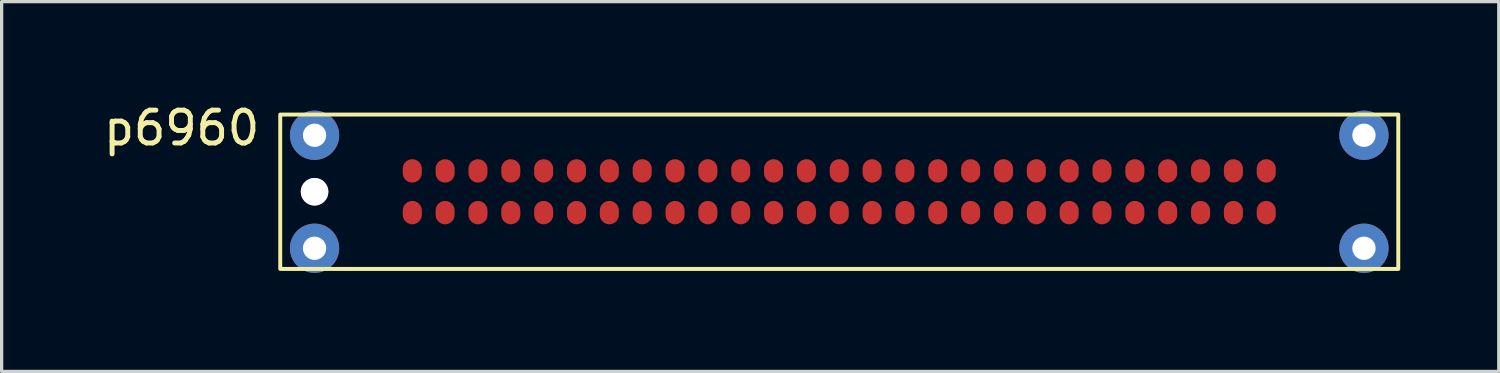
<source format=kicad_pcb>
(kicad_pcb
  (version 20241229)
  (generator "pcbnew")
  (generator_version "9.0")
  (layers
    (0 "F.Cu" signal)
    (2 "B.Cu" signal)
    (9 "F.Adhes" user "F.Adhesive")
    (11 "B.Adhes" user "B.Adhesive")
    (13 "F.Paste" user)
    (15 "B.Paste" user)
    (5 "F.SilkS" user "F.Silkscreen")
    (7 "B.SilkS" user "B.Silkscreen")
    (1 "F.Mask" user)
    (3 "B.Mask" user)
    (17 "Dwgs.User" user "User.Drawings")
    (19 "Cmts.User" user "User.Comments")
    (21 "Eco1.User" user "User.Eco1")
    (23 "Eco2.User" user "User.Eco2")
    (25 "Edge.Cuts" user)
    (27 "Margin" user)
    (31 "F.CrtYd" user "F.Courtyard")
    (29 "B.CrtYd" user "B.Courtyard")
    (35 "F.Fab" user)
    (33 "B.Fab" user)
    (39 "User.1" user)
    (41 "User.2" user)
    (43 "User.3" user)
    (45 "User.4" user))
  (footprint "p6960"
    (layer "F.Cu")
    (at 5.482 0.438)
    (property "Reference" "p6960" (at -3 0.41 0) (unlocked yes) (layer "F.SilkS") (effects (font (size 1 1) (thickness 0.15))))
    (fp_rect (start 0 0) (end 34.04 4.7) (stroke (width 0.12) (type default)) (fill no) (layer "F.SilkS"))
    (pad "1" smd oval (at 4.02 1.715) (size 0.58 0.71) (property pad_prop_bga) (layers "F.Cu" "F.Mask" "F.Paste"))
    (pad "2" smd oval (at 5.02 1.715) (size 0.58 0.71) (property pad_prop_bga) (layers "F.Cu" "F.Mask" "F.Paste"))
    (pad "3" smd oval (at 6.02 1.715) (size 0.58 0.71) (property pad_prop_bga) (layers "F.Cu" "F.Mask" "F.Paste"))
    (pad "4" smd oval (at 7.02 1.715) (size 0.58 0.71) (property pad_prop_bga) (layers "F.Cu" "F.Mask" "F.Paste"))
    (pad "5" smd oval (at 8.02 1.715) (size 0.58 0.71) (property pad_prop_bga) (layers "F.Cu" "F.Mask" "F.Paste"))
    (pad "6" smd oval (at 9.02 1.715) (size 0.58 0.71) (property pad_prop_bga) (layers "F.Cu" "F.Mask" "F.Paste"))
    (pad "7" smd oval (at 10.02 1.715) (size 0.58 0.71) (property pad_prop_bga) (layers "F.Cu" "F.Mask" "F.Paste"))
    (pad "8" smd oval (at 11.02 1.715) (size 0.58 0.71) (property pad_prop_bga) (layers "F.Cu" "F.Mask" "F.Paste"))
    (pad "9" smd oval (at 12.02 1.715) (size 0.58 0.71) (property pad_prop_bga) (layers "F.Cu" "F.Mask" "F.Paste"))
    (pad "10" smd oval (at 13.02 1.715) (size 0.58 0.71) (property pad_prop_bga) (layers "F.Cu" "F.Mask" "F.Paste"))
    (pad "11" smd oval (at 14.02 1.715) (size 0.58 0.71) (property pad_prop_bga) (layers "F.Cu" "F.Mask" "F.Paste"))
    (pad "12" smd oval (at 15.02 1.715) (size 0.58 0.71) (property pad_prop_bga) (layers "F.Cu" "F.Mask" "F.Paste"))
    (pad "13" smd oval (at 16.02 1.715) (size 0.58 0.71) (property pad_prop_bga) (layers "F.Cu" "F.Mask" "F.Paste"))
    (pad "14" smd oval (at 17.02 1.715) (size 0.58 0.71) (property pad_prop_bga) (layers "F.Cu" "F.Mask" "F.Paste"))
    (pad "15" smd oval (at 18.02 1.715) (size 0.58 0.71) (property pad_prop_bga) (layers "F.Cu" "F.Mask" "F.Paste"))
    (pad "16" smd oval (at 19.02 1.715) (size 0.58 0.71) (property pad_prop_bga) (layers "F.Cu" "F.Mask" "F.Paste"))
    (pad "17" smd oval (at 20.02 1.715) (size 0.58 0.71) (property pad_prop_bga) (layers "F.Cu" "F.Mask" "F.Paste"))
    (pad "18" smd oval (at 21.02 1.715) (size 0.58 0.71) (property pad_prop_bga) (layers "F.Cu" "F.Mask" "F.Paste"))
    (pad "19" smd oval (at 22.02 1.715) (size 0.58 0.71) (property pad_prop_bga) (layers "F.Cu" "F.Mask" "F.Paste"))
    (pad "20" smd oval (at 23.02 1.715) (size 0.58 0.71) (property pad_prop_bga) (layers "F.Cu" "F.Mask" "F.Paste"))
    (pad "21" smd oval (at 24.02 1.715) (size 0.58 0.71) (property pad_prop_bga) (layers "F.Cu" "F.Mask" "F.Paste"))
    (pad "22" smd oval (at 25.02 1.715) (size 0.58 0.71) (property pad_prop_bga) (layers "F.Cu" "F.Mask" "F.Paste"))
    (pad "23" smd oval (at 26.02 1.715) (size 0.58 0.71) (property pad_prop_bga) (layers "F.Cu" "F.Mask" "F.Paste"))
    (pad "24" smd oval (at 27.02 1.715) (size 0.58 0.71) (property pad_prop_bga) (layers "F.Cu" "F.Mask" "F.Paste"))
    (pad "25" smd oval (at 28.02 1.715) (size 0.58 0.71) (property pad_prop_bga) (layers "F.Cu" "F.Mask" "F.Paste"))
    (pad "26" smd oval (at 29.02 1.715) (size 0.58 0.71) (property pad_prop_bga) (layers "F.Cu" "F.Mask" "F.Paste"))
    (pad "27" smd oval (at 30.02 1.715) (size 0.58 0.71) (property pad_prop_bga) (layers "F.Cu" "F.Mask" "F.Paste"))
    (pad "28" smd oval (at 4.02 2.985) (size 0.58 0.71) (property pad_prop_bga) (layers "F.Cu" "F.Mask" "F.Paste"))
    (pad "29" smd oval (at 5.02 2.985) (size 0.58 0.71) (property pad_prop_bga) (layers "F.Cu" "F.Mask" "F.Paste"))
    (pad "30" smd oval (at 6.02 2.985) (size 0.58 0.71) (property pad_prop_bga) (layers "F.Cu" "F.Mask" "F.Paste"))
    (pad "31" smd oval (at 7.02 2.985) (size 0.58 0.71) (property pad_prop_bga) (layers "F.Cu" "F.Mask" "F.Paste"))
    (pad "32" smd oval (at 8.02 2.985) (size 0.58 0.71) (property pad_prop_bga) (layers "F.Cu" "F.Mask" "F.Paste"))
    (pad "33" smd oval (at 9.02 2.985) (size 0.58 0.71) (property pad_prop_bga) (layers "F.Cu" "F.Mask" "F.Paste"))
    (pad "34" smd oval (at 10.02 2.985) (size 0.58 0.71) (property pad_prop_bga) (layers "F.Cu" "F.Mask" "F.Paste"))
    (pad "35" smd oval (at 11.02 2.985) (size 0.58 0.71) (property pad_prop_bga) (layers "F.Cu" "F.Mask" "F.Paste"))
    (pad "36" smd oval (at 12.02 2.985) (size 0.58 0.71) (property pad_prop_bga) (layers "F.Cu" "F.Mask" "F.Paste"))
    (pad "37" smd oval (at 13.02 2.985) (size 0.58 0.71) (property pad_prop_bga) (layers "F.Cu" "F.Mask" "F.Paste"))
    (pad "38" smd oval (at 14.02 2.985) (size 0.58 0.71) (property pad_prop_bga) (layers "F.Cu" "F.Mask" "F.Paste"))
    (pad "39" smd oval (at 15.02 2.985) (size 0.58 0.71) (property pad_prop_bga) (layers "F.Cu" "F.Mask" "F.Paste"))
    (pad "40" smd oval (at 16.02 2.985) (size 0.58 0.71) (property pad_prop_bga) (layers "F.Cu" "F.Mask" "F.Paste"))
    (pad "41" smd oval (at 17.02 2.985) (size 0.58 0.71) (property pad_prop_bga) (layers "F.Cu" "F.Mask" "F.Paste"))
    (pad "42" smd oval (at 18.02 2.985) (size 0.58 0.71) (property pad_prop_bga) (layers "F.Cu" "F.Mask" "F.Paste"))
    (pad "43" smd oval (at 19.02 2.985) (size 0.58 0.71) (property pad_prop_bga) (layers "F.Cu" "F.Mask" "F.Paste"))
    (pad "44" smd oval (at 20.02 2.985) (size 0.58 0.71) (property pad_prop_bga) (layers "F.Cu" "F.Mask" "F.Paste"))
    (pad "45" smd oval (at 21.02 2.985) (size 0.58 0.71) (property pad_prop_bga) (layers "F.Cu" "F.Mask" "F.Paste"))
    (pad "46" smd oval (at 22.02 2.985) (size 0.58 0.71) (property pad_prop_bga) (layers "F.Cu" "F.Mask" "F.Paste"))
    (pad "47" smd oval (at 23.02 2.985) (size 0.58 0.71) (property pad_prop_bga) (layers "F.Cu" "F.Mask" "F.Paste"))
    (pad "48" smd oval (at 24.02 2.985) (size 0.58 0.71) (property pad_prop_bga) (layers "F.Cu" "F.Mask" "F.Paste"))
    (pad "49" smd oval (at 25.02 2.985) (size 0.58 0.71) (property pad_prop_bga) (layers "F.Cu" "F.Mask" "F.Paste"))
    (pad "50" smd oval (at 26.02 2.985) (size 0.58 0.71) (property pad_prop_bga) (layers "F.Cu" "F.Mask" "F.Paste"))
    (pad "51" smd oval (at 27.02 2.985) (size 0.58 0.71) (property pad_prop_bga) (layers "F.Cu" "F.Mask" "F.Paste"))
    (pad "52" smd oval (at 28.02 2.985) (size 0.58 0.71) (property pad_prop_bga) (layers "F.Cu" "F.Mask" "F.Paste"))
    (pad "53" smd oval (at 29.02 2.985) (size 0.58 0.71) (property pad_prop_bga) (layers "F.Cu" "F.Mask" "F.Paste"))
    (pad "54" smd oval (at 30.02 2.985) (size 0.58 0.71) (property pad_prop_bga) (layers "F.Cu" "F.Mask" "F.Paste"))
    (pad "55" thru_hole circle (at 1.045 0.63) (size 1.5 1.5) (drill 0.71) (layers "*.Cu" "*.Mask"))
    (pad "55" thru_hole circle (at 1.045 4.07) (size 1.5 1.5) (drill 0.71) (layers "*.Cu" "*.Mask"))
    (pad "55" thru_hole circle (at 32.995 0.63) (size 1.5 1.5) (drill 0.71) (layers "*.Cu" "*.Mask"))
    (pad "55" thru_hole circle (at 32.995 4.07) (size 1.5 1.5) (drill 0.71) (layers "*.Cu" "*.Mask"))
    (pad "56" thru_hole circle (at 1.045 2.35) (size 0.84 0.84) (drill 0.84) (property pad_prop_heatsink) (layers "*.Cu" "*.Mask")))
  (gr_rect
    (start -3 -3)
    (end 42.582 8.258)
    (stroke (width 0.1) (type default))
    (fill no)
    (layer "Edge.Cuts")))
</source>
